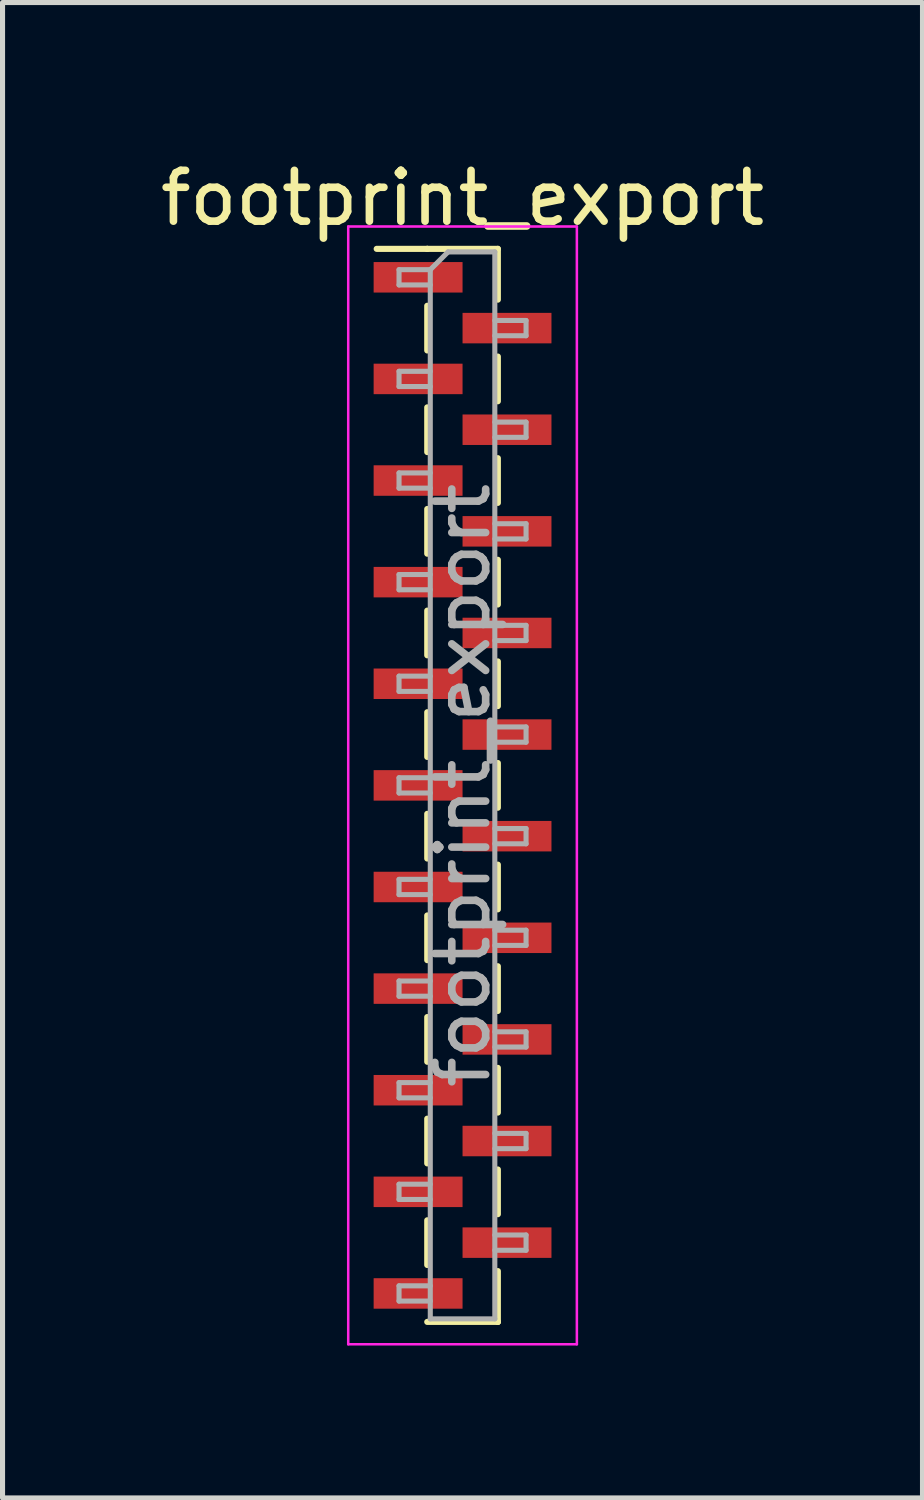
<source format=kicad_pcb>
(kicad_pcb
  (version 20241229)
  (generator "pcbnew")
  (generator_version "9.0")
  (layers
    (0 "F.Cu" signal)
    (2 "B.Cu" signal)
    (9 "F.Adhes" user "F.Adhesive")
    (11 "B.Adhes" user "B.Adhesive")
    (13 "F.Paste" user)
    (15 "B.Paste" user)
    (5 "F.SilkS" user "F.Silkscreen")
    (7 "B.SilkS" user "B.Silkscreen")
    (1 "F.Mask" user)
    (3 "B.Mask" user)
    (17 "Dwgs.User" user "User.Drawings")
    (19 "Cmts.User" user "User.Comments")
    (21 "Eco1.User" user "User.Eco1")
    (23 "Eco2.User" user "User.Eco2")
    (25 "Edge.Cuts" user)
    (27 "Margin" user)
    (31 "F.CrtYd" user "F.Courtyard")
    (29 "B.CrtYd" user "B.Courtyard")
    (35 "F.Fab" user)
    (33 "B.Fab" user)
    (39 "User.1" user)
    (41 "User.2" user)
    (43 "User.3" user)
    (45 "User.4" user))
  (footprint "footprint_export"
    (layer "F.Cu")
    (at 6.054 12.408)
    (property "Reference" "footprint_export" (at 0 -11.56 0) (layer "F.SilkS") (effects (font (size 1 1) (thickness 0.15))))
    (attr smd)
    (fp_line (start -0.695 -10.56) (end -1.69 -10.56) (stroke (width 0.12) (type solid)) (layer "F.SilkS"))
    (fp_line (start -0.695 -10.56) (end -0.695 -10.56) (stroke (width 0.12) (type solid)) (layer "F.SilkS"))
    (fp_line (start -0.695 -10.56) (end 0.695 -10.56) (stroke (width 0.12) (type solid)) (layer "F.SilkS"))
    (fp_line (start -0.695 -9.44) (end -0.695 -8.56) (stroke (width 0.12) (type solid)) (layer "F.SilkS"))
    (fp_line (start -0.695 -7.44) (end -0.695 -6.56) (stroke (width 0.12) (type solid)) (layer "F.SilkS"))
    (fp_line (start -0.695 -5.44) (end -0.695 -4.56) (stroke (width 0.12) (type solid)) (layer "F.SilkS"))
    (fp_line (start -0.695 -3.44) (end -0.695 -2.56) (stroke (width 0.12) (type solid)) (layer "F.SilkS"))
    (fp_line (start -0.695 -1.44) (end -0.695 -0.56) (stroke (width 0.12) (type solid)) (layer "F.SilkS"))
    (fp_line (start -0.695 0.56) (end -0.695 1.44) (stroke (width 0.12) (type solid)) (layer "F.SilkS"))
    (fp_line (start -0.695 2.56) (end -0.695 3.44) (stroke (width 0.12) (type solid)) (layer "F.SilkS"))
    (fp_line (start -0.695 4.56) (end -0.695 5.44) (stroke (width 0.12) (type solid)) (layer "F.SilkS"))
    (fp_line (start -0.695 6.56) (end -0.695 7.44) (stroke (width 0.12) (type solid)) (layer "F.SilkS"))
    (fp_line (start -0.695 8.56) (end -0.695 9.44) (stroke (width 0.12) (type solid)) (layer "F.SilkS"))
    (fp_line (start -0.695 10.56) (end 0.695 10.56) (stroke (width 0.12) (type solid)) (layer "F.SilkS"))
    (fp_line (start 0.695 -10.56) (end 0.695 -9.56) (stroke (width 0.12) (type solid)) (layer "F.SilkS"))
    (fp_line (start 0.695 -8.44) (end 0.695 -7.56) (stroke (width 0.12) (type solid)) (layer "F.SilkS"))
    (fp_line (start 0.695 -6.44) (end 0.695 -5.56) (stroke (width 0.12) (type solid)) (layer "F.SilkS"))
    (fp_line (start 0.695 -4.44) (end 0.695 -3.56) (stroke (width 0.12) (type solid)) (layer "F.SilkS"))
    (fp_line (start 0.695 -2.44) (end 0.695 -1.56) (stroke (width 0.12) (type solid)) (layer "F.SilkS"))
    (fp_line (start 0.695 -0.44) (end 0.695 0.44) (stroke (width 0.12) (type solid)) (layer "F.SilkS"))
    (fp_line (start 0.695 1.56) (end 0.695 2.44) (stroke (width 0.12) (type solid)) (layer "F.SilkS"))
    (fp_line (start 0.695 3.56) (end 0.695 4.44) (stroke (width 0.12) (type solid)) (layer "F.SilkS"))
    (fp_line (start 0.695 5.56) (end 0.695 6.44) (stroke (width 0.12) (type solid)) (layer "F.SilkS"))
    (fp_line (start 0.695 7.56) (end 0.695 8.44) (stroke (width 0.12) (type solid)) (layer "F.SilkS"))
    (fp_line (start 0.695 9.56) (end 0.695 10.56) (stroke (width 0.12) (type solid)) (layer "F.SilkS"))
    (fp_line (start 0.695 10.56) (end 0.695 10.56) (stroke (width 0.12) (type solid)) (layer "F.SilkS"))
    (fp_line (start -2.25 -11) (end -2.25 11) (stroke (width 0.05) (type solid)) (layer "F.CrtYd"))
    (fp_line (start -2.25 11) (end 2.25 11) (stroke (width 0.05) (type solid)) (layer "F.CrtYd"))
    (fp_line (start 2.25 -11) (end -2.25 -11) (stroke (width 0.05) (type solid)) (layer "F.CrtYd"))
    (fp_line (start 2.25 11) (end 2.25 -11) (stroke (width 0.05) (type solid)) (layer "F.CrtYd"))
    (fp_line (start -1.25 -10.15) (end -1.25 -9.85) (stroke (width 0.1) (type solid)) (layer "F.Fab"))
    (fp_line (start -1.25 -9.85) (end -0.635 -9.85) (stroke (width 0.1) (type solid)) (layer "F.Fab"))
    (fp_line (start -1.25 -8.15) (end -1.25 -7.85) (stroke (width 0.1) (type solid)) (layer "F.Fab"))
    (fp_line (start -1.25 -7.85) (end -0.635 -7.85) (stroke (width 0.1) (type solid)) (layer "F.Fab"))
    (fp_line (start -1.25 -6.15) (end -1.25 -5.85) (stroke (width 0.1) (type solid)) (layer "F.Fab"))
    (fp_line (start -1.25 -5.85) (end -0.635 -5.85) (stroke (width 0.1) (type solid)) (layer "F.Fab"))
    (fp_line (start -1.25 -4.15) (end -1.25 -3.85) (stroke (width 0.1) (type solid)) (layer "F.Fab"))
    (fp_line (start -1.25 -3.85) (end -0.635 -3.85) (stroke (width 0.1) (type solid)) (layer "F.Fab"))
    (fp_line (start -1.25 -2.15) (end -1.25 -1.85) (stroke (width 0.1) (type solid)) (layer "F.Fab"))
    (fp_line (start -1.25 -1.85) (end -0.635 -1.85) (stroke (width 0.1) (type solid)) (layer "F.Fab"))
    (fp_line (start -1.25 -0.15) (end -1.25 0.15) (stroke (width 0.1) (type solid)) (layer "F.Fab"))
    (fp_line (start -1.25 0.15) (end -0.635 0.15) (stroke (width 0.1) (type solid)) (layer "F.Fab"))
    (fp_line (start -1.25 1.85) (end -1.25 2.15) (stroke (width 0.1) (type solid)) (layer "F.Fab"))
    (fp_line (start -1.25 2.15) (end -0.635 2.15) (stroke (width 0.1) (type solid)) (layer "F.Fab"))
    (fp_line (start -1.25 3.85) (end -1.25 4.15) (stroke (width 0.1) (type solid)) (layer "F.Fab"))
    (fp_line (start -1.25 4.15) (end -0.635 4.15) (stroke (width 0.1) (type solid)) (layer "F.Fab"))
    (fp_line (start -1.25 5.85) (end -1.25 6.15) (stroke (width 0.1) (type solid)) (layer "F.Fab"))
    (fp_line (start -1.25 6.15) (end -0.635 6.15) (stroke (width 0.1) (type solid)) (layer "F.Fab"))
    (fp_line (start -1.25 7.85) (end -1.25 8.15) (stroke (width 0.1) (type solid)) (layer "F.Fab"))
    (fp_line (start -1.25 8.15) (end -0.635 8.15) (stroke (width 0.1) (type solid)) (layer "F.Fab"))
    (fp_line (start -1.25 9.85) (end -1.25 10.15) (stroke (width 0.1) (type solid)) (layer "F.Fab"))
    (fp_line (start -1.25 10.15) (end -0.635 10.15) (stroke (width 0.1) (type solid)) (layer "F.Fab"))
    (fp_line (start -0.635 -10.15) (end -1.25 -10.15) (stroke (width 0.1) (type solid)) (layer "F.Fab"))
    (fp_line (start -0.635 -10.15) (end -0.285 -10.5) (stroke (width 0.1) (type solid)) (layer "F.Fab"))
    (fp_line (start -0.635 -8.15) (end -1.25 -8.15) (stroke (width 0.1) (type solid)) (layer "F.Fab"))
    (fp_line (start -0.635 -6.15) (end -1.25 -6.15) (stroke (width 0.1) (type solid)) (layer "F.Fab"))
    (fp_line (start -0.635 -4.15) (end -1.25 -4.15) (stroke (width 0.1) (type solid)) (layer "F.Fab"))
    (fp_line (start -0.635 -2.15) (end -1.25 -2.15) (stroke (width 0.1) (type solid)) (layer "F.Fab"))
    (fp_line (start -0.635 -0.15) (end -1.25 -0.15) (stroke (width 0.1) (type solid)) (layer "F.Fab"))
    (fp_line (start -0.635 1.85) (end -1.25 1.85) (stroke (width 0.1) (type solid)) (layer "F.Fab"))
    (fp_line (start -0.635 3.85) (end -1.25 3.85) (stroke (width 0.1) (type solid)) (layer "F.Fab"))
    (fp_line (start -0.635 5.85) (end -1.25 5.85) (stroke (width 0.1) (type solid)) (layer "F.Fab"))
    (fp_line (start -0.635 7.85) (end -1.25 7.85) (stroke (width 0.1) (type solid)) (layer "F.Fab"))
    (fp_line (start -0.635 9.85) (end -1.25 9.85) (stroke (width 0.1) (type solid)) (layer "F.Fab"))
    (fp_line (start -0.635 10.5) (end -0.635 -10.15) (stroke (width 0.1) (type solid)) (layer "F.Fab"))
    (fp_line (start -0.285 -10.5) (end 0.635 -10.5) (stroke (width 0.1) (type solid)) (layer "F.Fab"))
    (fp_line (start 0.635 -10.5) (end 0.635 10.5) (stroke (width 0.1) (type solid)) (layer "F.Fab"))
    (fp_line (start 0.635 -9.15) (end 1.25 -9.15) (stroke (width 0.1) (type solid)) (layer "F.Fab"))
    (fp_line (start 0.635 -7.15) (end 1.25 -7.15) (stroke (width 0.1) (type solid)) (layer "F.Fab"))
    (fp_line (start 0.635 -5.15) (end 1.25 -5.15) (stroke (width 0.1) (type solid)) (layer "F.Fab"))
    (fp_line (start 0.635 -3.15) (end 1.25 -3.15) (stroke (width 0.1) (type solid)) (layer "F.Fab"))
    (fp_line (start 0.635 -1.15) (end 1.25 -1.15) (stroke (width 0.1) (type solid)) (layer "F.Fab"))
    (fp_line (start 0.635 0.85) (end 1.25 0.85) (stroke (width 0.1) (type solid)) (layer "F.Fab"))
    (fp_line (start 0.635 2.85) (end 1.25 2.85) (stroke (width 0.1) (type solid)) (layer "F.Fab"))
    (fp_line (start 0.635 4.85) (end 1.25 4.85) (stroke (width 0.1) (type solid)) (layer "F.Fab"))
    (fp_line (start 0.635 6.85) (end 1.25 6.85) (stroke (width 0.1) (type solid)) (layer "F.Fab"))
    (fp_line (start 0.635 8.85) (end 1.25 8.85) (stroke (width 0.1) (type solid)) (layer "F.Fab"))
    (fp_line (start 0.635 10.5) (end -0.635 10.5) (stroke (width 0.1) (type solid)) (layer "F.Fab"))
    (fp_line (start 1.25 -9.15) (end 1.25 -8.85) (stroke (width 0.1) (type solid)) (layer "F.Fab"))
    (fp_line (start 1.25 -8.85) (end 0.635 -8.85) (stroke (width 0.1) (type solid)) (layer "F.Fab"))
    (fp_line (start 1.25 -7.15) (end 1.25 -6.85) (stroke (width 0.1) (type solid)) (layer "F.Fab"))
    (fp_line (start 1.25 -6.85) (end 0.635 -6.85) (stroke (width 0.1) (type solid)) (layer "F.Fab"))
    (fp_line (start 1.25 -5.15) (end 1.25 -4.85) (stroke (width 0.1) (type solid)) (layer "F.Fab"))
    (fp_line (start 1.25 -4.85) (end 0.635 -4.85) (stroke (width 0.1) (type solid)) (layer "F.Fab"))
    (fp_line (start 1.25 -3.15) (end 1.25 -2.85) (stroke (width 0.1) (type solid)) (layer "F.Fab"))
    (fp_line (start 1.25 -2.85) (end 0.635 -2.85) (stroke (width 0.1) (type solid)) (layer "F.Fab"))
    (fp_line (start 1.25 -1.15) (end 1.25 -0.85) (stroke (width 0.1) (type solid)) (layer "F.Fab"))
    (fp_line (start 1.25 -0.85) (end 0.635 -0.85) (stroke (width 0.1) (type solid)) (layer "F.Fab"))
    (fp_line (start 1.25 0.85) (end 1.25 1.15) (stroke (width 0.1) (type solid)) (layer "F.Fab"))
    (fp_line (start 1.25 1.15) (end 0.635 1.15) (stroke (width 0.1) (type solid)) (layer "F.Fab"))
    (fp_line (start 1.25 2.85) (end 1.25 3.15) (stroke (width 0.1) (type solid)) (layer "F.Fab"))
    (fp_line (start 1.25 3.15) (end 0.635 3.15) (stroke (width 0.1) (type solid)) (layer "F.Fab"))
    (fp_line (start 1.25 4.85) (end 1.25 5.15) (stroke (width 0.1) (type solid)) (layer "F.Fab"))
    (fp_line (start 1.25 5.15) (end 0.635 5.15) (stroke (width 0.1) (type solid)) (layer "F.Fab"))
    (fp_line (start 1.25 6.85) (end 1.25 7.15) (stroke (width 0.1) (type solid)) (layer "F.Fab"))
    (fp_line (start 1.25 7.15) (end 0.635 7.15) (stroke (width 0.1) (type solid)) (layer "F.Fab"))
    (fp_line (start 1.25 8.85) (end 1.25 9.15) (stroke (width 0.1) (type solid)) (layer "F.Fab"))
    (fp_line (start 1.25 9.15) (end 0.635 9.15) (stroke (width 0.1) (type solid)) (layer "F.Fab"))
    (fp_text user "${REFERENCE}" (at 0 0 90) (layer "F.Fab") (effects (font (size 1 1) (thickness 0.15))))
    (pad "1" smd rect (at -0.875 -10) (size 1.75 0.6) (layers "F.Cu" "F.Mask" "F.Paste"))
    (pad "2" smd rect (at 0.875 -9) (size 1.75 0.6) (layers "F.Cu" "F.Mask" "F.Paste"))
    (pad "3" smd rect (at -0.875 -8) (size 1.75 0.6) (layers "F.Cu" "F.Mask" "F.Paste"))
    (pad "4" smd rect (at 0.875 -7) (size 1.75 0.6) (layers "F.Cu" "F.Mask" "F.Paste"))
    (pad "5" smd rect (at -0.875 -6) (size 1.75 0.6) (layers "F.Cu" "F.Mask" "F.Paste"))
    (pad "6" smd rect (at 0.875 -5) (size 1.75 0.6) (layers "F.Cu" "F.Mask" "F.Paste"))
    (pad "7" smd rect (at -0.875 -4) (size 1.75 0.6) (layers "F.Cu" "F.Mask" "F.Paste"))
    (pad "8" smd rect (at 0.875 -3) (size 1.75 0.6) (layers "F.Cu" "F.Mask" "F.Paste"))
    (pad "9" smd rect (at -0.875 -2) (size 1.75 0.6) (layers "F.Cu" "F.Mask" "F.Paste"))
    (pad "10" smd rect (at 0.875 -1) (size 1.75 0.6) (layers "F.Cu" "F.Mask" "F.Paste"))
    (pad "11" smd rect (at -0.875 0) (size 1.75 0.6) (layers "F.Cu" "F.Mask" "F.Paste"))
    (pad "12" smd rect (at 0.875 1) (size 1.75 0.6) (layers "F.Cu" "F.Mask" "F.Paste"))
    (pad "13" smd rect (at -0.875 2) (size 1.75 0.6) (layers "F.Cu" "F.Mask" "F.Paste"))
    (pad "14" smd rect (at 0.875 3) (size 1.75 0.6) (layers "F.Cu" "F.Mask" "F.Paste"))
    (pad "15" smd rect (at -0.875 4) (size 1.75 0.6) (layers "F.Cu" "F.Mask" "F.Paste"))
    (pad "16" smd rect (at 0.875 5) (size 1.75 0.6) (layers "F.Cu" "F.Mask" "F.Paste"))
    (pad "17" smd rect (at -0.875 6) (size 1.75 0.6) (layers "F.Cu" "F.Mask" "F.Paste"))
    (pad "18" smd rect (at 0.875 7) (size 1.75 0.6) (layers "F.Cu" "F.Mask" "F.Paste"))
    (pad "19" smd rect (at -0.875 8) (size 1.75 0.6) (layers "F.Cu" "F.Mask" "F.Paste"))
    (pad "20" smd rect (at 0.875 9) (size 1.75 0.6) (layers "F.Cu" "F.Mask" "F.Paste"))
    (pad "21" smd rect (at -0.875 10) (size 1.75 0.6) (layers "F.Cu" "F.Mask" "F.Paste")))
  (gr_rect
    (start -3 -3)
    (end 15.107 26.433)
    (stroke (width 0.1) (type default))
    (fill no)
    (layer "Edge.Cuts")))
</source>
